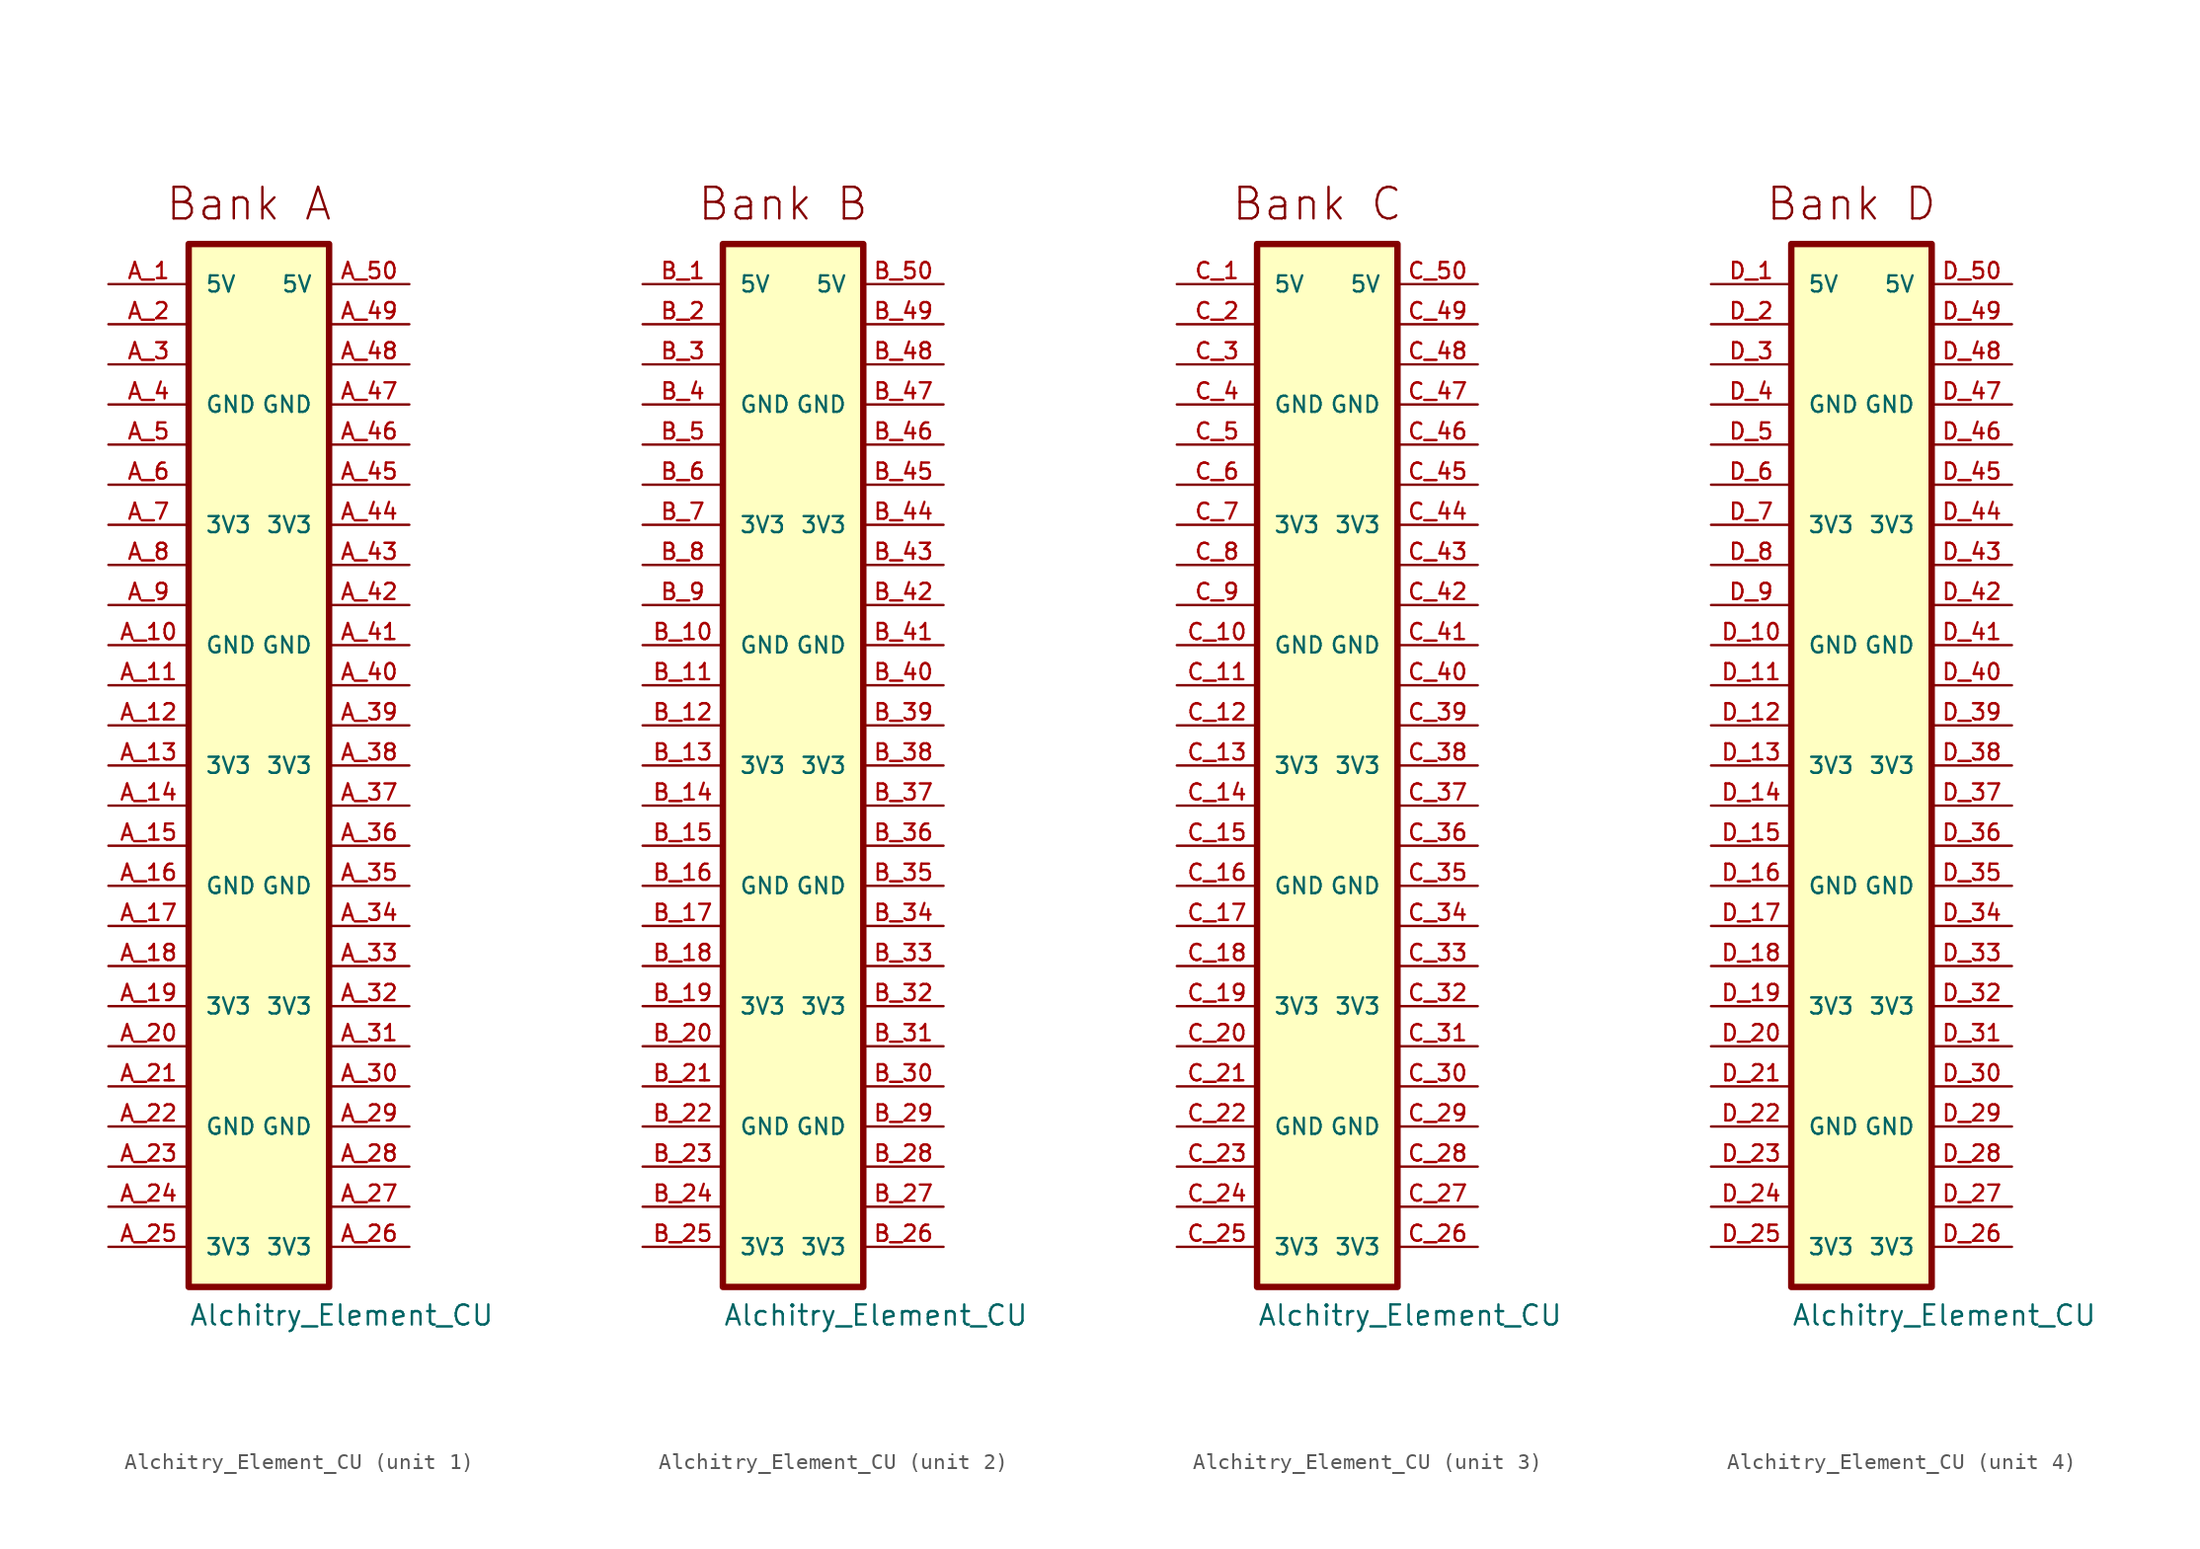
<source format=kicad_sym>
(kicad_symbol_lib
  (version 20220914)
  (generator kicad_symbol_editor)
  (symbol "Alchitry_Element_CU"
    (pin_names
      (offset 1.016))
    (property "Reference" "B"
      (at -3.81 31.242 0)
      (effects (font (size 1.27 1.27)) (justify left bottom) hide))
    (property "Value" "Alchitry_Element_CU"
      (at -3.81 -38.1 0)
      (effects (font (size 1.27 1.27)) (justify left bottom)))
    (symbol "Alchitry_Element_CU_1_0"
      (rectangle (start -3.81 30.48) (end 5.08 -35.56) (stroke (width 0.406) (type default)) (fill (type background)))
      (text "Bank A" (at 0 33.02 0) (effects (font (size 2 2))))
      (pin passive line (at -8.89 27.94 0) (length 5.08) (name "5V" (effects (font (size 1.016 1.016)))) (number "A_1" (effects (font (size 1.016 1.016)))))
      (pin passive line (at -8.89 5.08 0) (length 5.08) (name "GND" (effects (font (size 1.016 1.016)))) (number "A_10" (effects (font (size 1.016 1.016)))))
      (pin passive line (at -8.89 2.54 0) (length 5.08) (name "" (effects (font (size 1.016 1.016)))) (number "A_11" (effects (font (size 1.016 1.016)))))
      (pin passive line (at -8.89 0 0) (length 5.08) (name "" (effects (font (size 1.016 1.016)))) (number "A_12" (effects (font (size 1.016 1.016)))))
      (pin passive line (at -8.89 -2.54 0) (length 5.08) (name "3V3" (effects (font (size 1.016 1.016)))) (number "A_13" (effects (font (size 1.016 1.016)))))
      (pin passive line (at -8.89 -5.08 0) (length 5.08) (name "" (effects (font (size 1.016 1.016)))) (number "A_14" (effects (font (size 1.016 1.016)))))
      (pin passive line (at -8.89 -7.62 0) (length 5.08) (name "" (effects (font (size 1.016 1.016)))) (number "A_15" (effects (font (size 1.016 1.016)))))
      (pin passive line (at -8.89 -10.16 0) (length 5.08) (name "GND" (effects (font (size 1.016 1.016)))) (number "A_16" (effects (font (size 1.016 1.016)))))
      (pin passive line (at -8.89 -12.7 0) (length 5.08) (name "" (effects (font (size 1.016 1.016)))) (number "A_17" (effects (font (size 1.016 1.016)))))
      (pin passive line (at -8.89 -15.24 0) (length 5.08) (name "" (effects (font (size 1.016 1.016)))) (number "A_18" (effects (font (size 1.016 1.016)))))
      (pin passive line (at -8.89 -17.78 0) (length 5.08) (name "3V3" (effects (font (size 1.016 1.016)))) (number "A_19" (effects (font (size 1.016 1.016)))))
      (pin passive line (at -8.89 25.4 0) (length 5.08) (name "" (effects (font (size 1.016 1.016)))) (number "A_2" (effects (font (size 1.016 1.016)))))
      (pin passive line (at -8.89 -20.32 0) (length 5.08) (name "" (effects (font (size 1.016 1.016)))) (number "A_20" (effects (font (size 1.016 1.016)))))
      (pin passive line (at -8.89 -22.86 0) (length 5.08) (name "" (effects (font (size 1.016 1.016)))) (number "A_21" (effects (font (size 1.016 1.016)))))
      (pin passive line (at -8.89 -25.4 0) (length 5.08) (name "GND" (effects (font (size 1.016 1.016)))) (number "A_22" (effects (font (size 1.016 1.016)))))
      (pin passive line (at -8.89 -27.94 0) (length 5.08) (name "" (effects (font (size 1.016 1.016)))) (number "A_23" (effects (font (size 1.016 1.016)))))
      (pin passive line (at -8.89 -30.48 0) (length 5.08) (name "" (effects (font (size 1.016 1.016)))) (number "A_24" (effects (font (size 1.016 1.016)))))
      (pin passive line (at -8.89 -33.02 0) (length 5.08) (name "3V3" (effects (font (size 1.016 1.016)))) (number "A_25" (effects (font (size 1.016 1.016)))))
      (pin passive line (at 10.16 -33.02 180) (length 5.08) (name "3V3" (effects (font (size 1.016 1.016)))) (number "A_26" (effects (font (size 1.016 1.016)))))
      (pin passive line (at 10.16 -30.48 180) (length 5.08) (name "" (effects (font (size 1.016 1.016)))) (number "A_27" (effects (font (size 1.016 1.016)))))
      (pin passive line (at 10.16 -27.94 180) (length 5.08) (name "" (effects (font (size 1.016 1.016)))) (number "A_28" (effects (font (size 1.016 1.016)))))
      (pin passive line (at 10.16 -25.4 180) (length 5.08) (name "GND" (effects (font (size 1.016 1.016)))) (number "A_29" (effects (font (size 1.016 1.016)))))
      (pin passive line (at -8.89 22.86 0) (length 5.08) (name "" (effects (font (size 1.016 1.016)))) (number "A_3" (effects (font (size 1.016 1.016)))))
      (pin passive line (at 10.16 -22.86 180) (length 5.08) (name "" (effects (font (size 1.016 1.016)))) (number "A_30" (effects (font (size 1.016 1.016)))))
      (pin passive line (at 10.16 -20.32 180) (length 5.08) (name "" (effects (font (size 1.016 1.016)))) (number "A_31" (effects (font (size 1.016 1.016)))))
      (pin passive line (at 10.16 -17.78 180) (length 5.08) (name "3V3" (effects (font (size 1.016 1.016)))) (number "A_32" (effects (font (size 1.016 1.016)))))
      (pin passive line (at 10.16 -15.24 180) (length 5.08) (name "" (effects (font (size 1.016 1.016)))) (number "A_33" (effects (font (size 1.016 1.016)))))
      (pin passive line (at 10.16 -12.7 180) (length 5.08) (name "" (effects (font (size 1.016 1.016)))) (number "A_34" (effects (font (size 1.016 1.016)))))
      (pin passive line (at 10.16 -10.16 180) (length 5.08) (name "GND" (effects (font (size 1.016 1.016)))) (number "A_35" (effects (font (size 1.016 1.016)))))
      (pin passive line (at 10.16 -7.62 180) (length 5.08) (name "" (effects (font (size 1.016 1.016)))) (number "A_36" (effects (font (size 1.016 1.016)))))
      (pin passive line (at 10.16 -5.08 180) (length 5.08) (name "" (effects (font (size 1.016 1.016)))) (number "A_37" (effects (font (size 1.016 1.016)))))
      (pin passive line (at 10.16 -2.54 180) (length 5.08) (name "3V3" (effects (font (size 1.016 1.016)))) (number "A_38" (effects (font (size 1.016 1.016)))))
      (pin passive line (at 10.16 0 180) (length 5.08) (name "" (effects (font (size 1.016 1.016)))) (number "A_39" (effects (font (size 1.016 1.016)))))
      (pin passive line (at -8.89 20.32 0) (length 5.08) (name "GND" (effects (font (size 1.016 1.016)))) (number "A_4" (effects (font (size 1.016 1.016)))))
      (pin passive line (at 10.16 2.54 180) (length 5.08) (name "" (effects (font (size 1.016 1.016)))) (number "A_40" (effects (font (size 1.016 1.016)))))
      (pin passive line (at 10.16 5.08 180) (length 5.08) (name "GND" (effects (font (size 1.016 1.016)))) (number "A_41" (effects (font (size 1.016 1.016)))))
      (pin passive line (at 10.16 7.62 180) (length 5.08) (name "" (effects (font (size 1.016 1.016)))) (number "A_42" (effects (font (size 1.016 1.016)))))
      (pin passive line (at 10.16 10.16 180) (length 5.08) (name "" (effects (font (size 1.016 1.016)))) (number "A_43" (effects (font (size 1.016 1.016)))))
      (pin passive line (at 10.16 12.7 180) (length 5.08) (name "3V3" (effects (font (size 1.016 1.016)))) (number "A_44" (effects (font (size 1.016 1.016)))))
      (pin passive line (at 10.16 15.24 180) (length 5.08) (name "" (effects (font (size 1.016 1.016)))) (number "A_45" (effects (font (size 1.016 1.016)))))
      (pin passive line (at 10.16 17.78 180) (length 5.08) (name "" (effects (font (size 1.016 1.016)))) (number "A_46" (effects (font (size 1.016 1.016)))))
      (pin passive line (at 10.16 20.32 180) (length 5.08) (name "GND" (effects (font (size 1.016 1.016)))) (number "A_47" (effects (font (size 1.016 1.016)))))
      (pin passive line (at 10.16 22.86 180) (length 5.08) (name "" (effects (font (size 1.016 1.016)))) (number "A_48" (effects (font (size 1.016 1.016)))))
      (pin passive line (at 10.16 25.4 180) (length 5.08) (name "" (effects (font (size 1.016 1.016)))) (number "A_49" (effects (font (size 1.016 1.016)))))
      (pin passive line (at -8.89 17.78 0) (length 5.08) (name "" (effects (font (size 1.016 1.016)))) (number "A_5" (effects (font (size 1.016 1.016)))))
      (pin passive line (at 10.16 27.94 180) (length 5.08) (name "5V" (effects (font (size 1.016 1.016)))) (number "A_50" (effects (font (size 1.016 1.016)))))
      (pin passive line (at -8.89 15.24 0) (length 5.08) (name "" (effects (font (size 1.016 1.016)))) (number "A_6" (effects (font (size 1.016 1.016)))))
      (pin passive line (at -8.89 12.7 0) (length 5.08) (name "3V3" (effects (font (size 1.016 1.016)))) (number "A_7" (effects (font (size 1.016 1.016)))))
      (pin passive line (at -8.89 10.16 0) (length 5.08) (name "" (effects (font (size 1.016 1.016)))) (number "A_8" (effects (font (size 1.016 1.016)))))
      (pin passive line (at -8.89 7.62 0) (length 5.08) (name "" (effects (font (size 1.016 1.016)))) (number "A_9" (effects (font (size 1.016 1.016))))))
    (symbol "Alchitry_Element_CU_2_0"
      (rectangle (start -3.81 30.48) (end 5.08 -35.56) (stroke (width 0.406) (type default)) (fill (type background)))
      (text "Bank B" (at 0 33.02 0) (effects (font (size 2 2))))
      (pin passive line (at -8.89 27.94 0) (length 5.08) (name "5V" (effects (font (size 1.016 1.016)))) (number "B_1" (effects (font (size 1.016 1.016)))))
      (pin passive line (at -8.89 5.08 0) (length 5.08) (name "GND" (effects (font (size 1.016 1.016)))) (number "B_10" (effects (font (size 1.016 1.016)))))
      (pin passive line (at -8.89 2.54 0) (length 5.08) (name "~" (effects (font (size 1.016 1.016)))) (number "B_11" (effects (font (size 1.016 1.016)))))
      (pin passive line (at -8.89 0 0) (length 5.08) (name "~" (effects (font (size 1.016 1.016)))) (number "B_12" (effects (font (size 1.016 1.016)))))
      (pin passive line (at -8.89 -2.54 0) (length 5.08) (name "3V3" (effects (font (size 1.016 1.016)))) (number "B_13" (effects (font (size 1.016 1.016)))))
      (pin passive line (at -8.89 -5.08 0) (length 5.08) (name "~" (effects (font (size 1.016 1.016)))) (number "B_14" (effects (font (size 1.016 1.016)))))
      (pin passive line (at -8.89 -7.62 0) (length 5.08) (name "~" (effects (font (size 1.016 1.016)))) (number "B_15" (effects (font (size 1.016 1.016)))))
      (pin passive line (at -8.89 -10.16 0) (length 5.08) (name "GND" (effects (font (size 1.016 1.016)))) (number "B_16" (effects (font (size 1.016 1.016)))))
      (pin passive line (at -8.89 -12.7 0) (length 5.08) (name "~" (effects (font (size 1.016 1.016)))) (number "B_17" (effects (font (size 1.016 1.016)))))
      (pin passive line (at -8.89 -15.24 0) (length 5.08) (name "~" (effects (font (size 1.016 1.016)))) (number "B_18" (effects (font (size 1.016 1.016)))))
      (pin passive line (at -8.89 -17.78 0) (length 5.08) (name "3V3" (effects (font (size 1.016 1.016)))) (number "B_19" (effects (font (size 1.016 1.016)))))
      (pin passive line (at -8.89 25.4 0) (length 5.08) (name "~" (effects (font (size 1.016 1.016)))) (number "B_2" (effects (font (size 1.016 1.016)))))
      (pin passive line (at -8.89 -20.32 0) (length 5.08) (name "~" (effects (font (size 1.016 1.016)))) (number "B_20" (effects (font (size 1.016 1.016)))))
      (pin passive line (at -8.89 -22.86 0) (length 5.08) (name "~" (effects (font (size 1.016 1.016)))) (number "B_21" (effects (font (size 1.016 1.016)))))
      (pin passive line (at -8.89 -25.4 0) (length 5.08) (name "GND" (effects (font (size 1.016 1.016)))) (number "B_22" (effects (font (size 1.016 1.016)))))
      (pin passive line (at -8.89 -27.94 0) (length 5.08) (name "~" (effects (font (size 1.016 1.016)))) (number "B_23" (effects (font (size 1.016 1.016)))))
      (pin passive line (at -8.89 -30.48 0) (length 5.08) (name "~" (effects (font (size 1.016 1.016)))) (number "B_24" (effects (font (size 1.016 1.016)))))
      (pin passive line (at -8.89 -33.02 0) (length 5.08) (name "3V3" (effects (font (size 1.016 1.016)))) (number "B_25" (effects (font (size 1.016 1.016)))))
      (pin passive line (at 10.16 -33.02 180) (length 5.08) (name "3V3" (effects (font (size 1.016 1.016)))) (number "B_26" (effects (font (size 1.016 1.016)))))
      (pin passive line (at 10.16 -30.48 180) (length 5.08) (name "~" (effects (font (size 1.016 1.016)))) (number "B_27" (effects (font (size 1.016 1.016)))))
      (pin passive line (at 10.16 -27.94 180) (length 5.08) (name "~" (effects (font (size 1.016 1.016)))) (number "B_28" (effects (font (size 1.016 1.016)))))
      (pin passive line (at 10.16 -25.4 180) (length 5.08) (name "GND" (effects (font (size 1.016 1.016)))) (number "B_29" (effects (font (size 1.016 1.016)))))
      (pin passive line (at -8.89 22.86 0) (length 5.08) (name "~" (effects (font (size 1.016 1.016)))) (number "B_3" (effects (font (size 1.016 1.016)))))
      (pin passive line (at 10.16 -22.86 180) (length 5.08) (name "~" (effects (font (size 1.016 1.016)))) (number "B_30" (effects (font (size 1.016 1.016)))))
      (pin passive line (at 10.16 -20.32 180) (length 5.08) (name "~" (effects (font (size 1.016 1.016)))) (number "B_31" (effects (font (size 1.016 1.016)))))
      (pin passive line (at 10.16 -17.78 180) (length 5.08) (name "3V3" (effects (font (size 1.016 1.016)))) (number "B_32" (effects (font (size 1.016 1.016)))))
      (pin passive line (at 10.16 -15.24 180) (length 5.08) (name "~" (effects (font (size 1.016 1.016)))) (number "B_33" (effects (font (size 1.016 1.016)))))
      (pin passive line (at 10.16 -12.7 180) (length 5.08) (name "~" (effects (font (size 1.016 1.016)))) (number "B_34" (effects (font (size 1.016 1.016)))))
      (pin passive line (at 10.16 -10.16 180) (length 5.08) (name "GND" (effects (font (size 1.016 1.016)))) (number "B_35" (effects (font (size 1.016 1.016)))))
      (pin passive line (at 10.16 -7.62 180) (length 5.08) (name "~" (effects (font (size 1.016 1.016)))) (number "B_36" (effects (font (size 1.016 1.016)))))
      (pin passive line (at 10.16 -5.08 180) (length 5.08) (name "~" (effects (font (size 1.016 1.016)))) (number "B_37" (effects (font (size 1.016 1.016)))))
      (pin passive line (at 10.16 -2.54 180) (length 5.08) (name "3V3" (effects (font (size 1.016 1.016)))) (number "B_38" (effects (font (size 1.016 1.016)))))
      (pin passive line (at 10.16 0 180) (length 5.08) (name "~" (effects (font (size 1.016 1.016)))) (number "B_39" (effects (font (size 1.016 1.016)))))
      (pin passive line (at -8.89 20.32 0) (length 5.08) (name "GND" (effects (font (size 1.016 1.016)))) (number "B_4" (effects (font (size 1.016 1.016)))))
      (pin passive line (at 10.16 2.54 180) (length 5.08) (name "~" (effects (font (size 1.016 1.016)))) (number "B_40" (effects (font (size 1.016 1.016)))))
      (pin passive line (at 10.16 5.08 180) (length 5.08) (name "GND" (effects (font (size 1.016 1.016)))) (number "B_41" (effects (font (size 1.016 1.016)))))
      (pin passive line (at 10.16 7.62 180) (length 5.08) (name "~" (effects (font (size 1.016 1.016)))) (number "B_42" (effects (font (size 1.016 1.016)))))
      (pin passive line (at 10.16 10.16 180) (length 5.08) (name "~" (effects (font (size 1.016 1.016)))) (number "B_43" (effects (font (size 1.016 1.016)))))
      (pin passive line (at 10.16 12.7 180) (length 5.08) (name "3V3" (effects (font (size 1.016 1.016)))) (number "B_44" (effects (font (size 1.016 1.016)))))
      (pin passive line (at 10.16 15.24 180) (length 5.08) (name "~" (effects (font (size 1.016 1.016)))) (number "B_45" (effects (font (size 1.016 1.016)))))
      (pin passive line (at 10.16 17.78 180) (length 5.08) (name "~" (effects (font (size 1.016 1.016)))) (number "B_46" (effects (font (size 1.016 1.016)))))
      (pin passive line (at 10.16 20.32 180) (length 5.08) (name "GND" (effects (font (size 1.016 1.016)))) (number "B_47" (effects (font (size 1.016 1.016)))))
      (pin passive line (at 10.16 22.86 180) (length 5.08) (name "~" (effects (font (size 1.016 1.016)))) (number "B_48" (effects (font (size 1.016 1.016)))))
      (pin passive line (at 10.16 25.4 180) (length 5.08) (name "~" (effects (font (size 1.016 1.016)))) (number "B_49" (effects (font (size 1.016 1.016)))))
      (pin passive line (at -8.89 17.78 0) (length 5.08) (name "~" (effects (font (size 1.016 1.016)))) (number "B_5" (effects (font (size 1.016 1.016)))))
      (pin passive line (at 10.16 27.94 180) (length 5.08) (name "5V" (effects (font (size 1.016 1.016)))) (number "B_50" (effects (font (size 1.016 1.016)))))
      (pin passive line (at -8.89 15.24 0) (length 5.08) (name "~" (effects (font (size 1.016 1.016)))) (number "B_6" (effects (font (size 1.016 1.016)))))
      (pin passive line (at -8.89 12.7 0) (length 5.08) (name "3V3" (effects (font (size 1.016 1.016)))) (number "B_7" (effects (font (size 1.016 1.016)))))
      (pin passive line (at -8.89 10.16 0) (length 5.08) (name "~" (effects (font (size 1.016 1.016)))) (number "B_8" (effects (font (size 1.016 1.016)))))
      (pin passive line (at -8.89 7.62 0) (length 5.08) (name "~" (effects (font (size 1.016 1.016)))) (number "B_9" (effects (font (size 1.016 1.016))))))
    (symbol "Alchitry_Element_CU_3_0"
      (rectangle (start -3.81 30.48) (end 5.08 -35.56) (stroke (width 0.406) (type default)) (fill (type background)))
      (text "Bank C" (at 0 33.02 0) (effects (font (size 2 2))))
      (pin passive line (at -8.89 27.94 0) (length 5.08) (name "5V" (effects (font (size 1.016 1.016)))) (number "C_1" (effects (font (size 1.016 1.016)))))
      (pin passive line (at -8.89 5.08 0) (length 5.08) (name "GND" (effects (font (size 1.016 1.016)))) (number "C_10" (effects (font (size 1.016 1.016)))))
      (pin passive line (at -8.89 2.54 0) (length 5.08) (name "~" (effects (font (size 1.016 1.016)))) (number "C_11" (effects (font (size 1.016 1.016)))))
      (pin passive line (at -8.89 0 0) (length 5.08) (name "~" (effects (font (size 1.016 1.016)))) (number "C_12" (effects (font (size 1.016 1.016)))))
      (pin passive line (at -8.89 -2.54 0) (length 5.08) (name "3V3" (effects (font (size 1.016 1.016)))) (number "C_13" (effects (font (size 1.016 1.016)))))
      (pin passive line (at -8.89 -5.08 0) (length 5.08) (name "~" (effects (font (size 1.016 1.016)))) (number "C_14" (effects (font (size 1.016 1.016)))))
      (pin passive line (at -8.89 -7.62 0) (length 5.08) (name "~" (effects (font (size 1.016 1.016)))) (number "C_15" (effects (font (size 1.016 1.016)))))
      (pin passive line (at -8.89 -10.16 0) (length 5.08) (name "GND" (effects (font (size 1.016 1.016)))) (number "C_16" (effects (font (size 1.016 1.016)))))
      (pin passive line (at -8.89 -12.7 0) (length 5.08) (name "~" (effects (font (size 1.016 1.016)))) (number "C_17" (effects (font (size 1.016 1.016)))))
      (pin passive line (at -8.89 -15.24 0) (length 5.08) (name "~" (effects (font (size 1.016 1.016)))) (number "C_18" (effects (font (size 1.016 1.016)))))
      (pin passive line (at -8.89 -17.78 0) (length 5.08) (name "3V3" (effects (font (size 1.016 1.016)))) (number "C_19" (effects (font (size 1.016 1.016)))))
      (pin passive line (at -8.89 25.4 0) (length 5.08) (name "~" (effects (font (size 1.016 1.016)))) (number "C_2" (effects (font (size 1.016 1.016)))))
      (pin passive line (at -8.89 -20.32 0) (length 5.08) (name "~" (effects (font (size 1.016 1.016)))) (number "C_20" (effects (font (size 1.016 1.016)))))
      (pin passive line (at -8.89 -22.86 0) (length 5.08) (name "~" (effects (font (size 1.016 1.016)))) (number "C_21" (effects (font (size 1.016 1.016)))))
      (pin passive line (at -8.89 -25.4 0) (length 5.08) (name "GND" (effects (font (size 1.016 1.016)))) (number "C_22" (effects (font (size 1.016 1.016)))))
      (pin passive line (at -8.89 -27.94 0) (length 5.08) (name "~" (effects (font (size 1.016 1.016)))) (number "C_23" (effects (font (size 1.016 1.016)))))
      (pin passive line (at -8.89 -30.48 0) (length 5.08) (name "~" (effects (font (size 1.016 1.016)))) (number "C_24" (effects (font (size 1.016 1.016)))))
      (pin passive line (at -8.89 -33.02 0) (length 5.08) (name "3V3" (effects (font (size 1.016 1.016)))) (number "C_25" (effects (font (size 1.016 1.016)))))
      (pin passive line (at 10.16 -33.02 180) (length 5.08) (name "3V3" (effects (font (size 1.016 1.016)))) (number "C_26" (effects (font (size 1.016 1.016)))))
      (pin passive line (at 10.16 -30.48 180) (length 5.08) (name "~" (effects (font (size 1.016 1.016)))) (number "C_27" (effects (font (size 1.016 1.016)))))
      (pin passive line (at 10.16 -27.94 180) (length 5.08) (name "~" (effects (font (size 1.016 1.016)))) (number "C_28" (effects (font (size 1.016 1.016)))))
      (pin passive line (at 10.16 -25.4 180) (length 5.08) (name "GND" (effects (font (size 1.016 1.016)))) (number "C_29" (effects (font (size 1.016 1.016)))))
      (pin passive line (at -8.89 22.86 0) (length 5.08) (name "~" (effects (font (size 1.016 1.016)))) (number "C_3" (effects (font (size 1.016 1.016)))))
      (pin passive line (at 10.16 -22.86 180) (length 5.08) (name "~" (effects (font (size 1.016 1.016)))) (number "C_30" (effects (font (size 1.016 1.016)))))
      (pin passive line (at 10.16 -20.32 180) (length 5.08) (name "~" (effects (font (size 1.016 1.016)))) (number "C_31" (effects (font (size 1.016 1.016)))))
      (pin passive line (at 10.16 -17.78 180) (length 5.08) (name "3V3" (effects (font (size 1.016 1.016)))) (number "C_32" (effects (font (size 1.016 1.016)))))
      (pin passive line (at 10.16 -15.24 180) (length 5.08) (name "~" (effects (font (size 1.016 1.016)))) (number "C_33" (effects (font (size 1.016 1.016)))))
      (pin passive line (at 10.16 -12.7 180) (length 5.08) (name "~" (effects (font (size 1.016 1.016)))) (number "C_34" (effects (font (size 1.016 1.016)))))
      (pin passive line (at 10.16 -10.16 180) (length 5.08) (name "GND" (effects (font (size 1.016 1.016)))) (number "C_35" (effects (font (size 1.016 1.016)))))
      (pin passive line (at 10.16 -7.62 180) (length 5.08) (name "~" (effects (font (size 1.016 1.016)))) (number "C_36" (effects (font (size 1.016 1.016)))))
      (pin passive line (at 10.16 -5.08 180) (length 5.08) (name "~" (effects (font (size 1.016 1.016)))) (number "C_37" (effects (font (size 1.016 1.016)))))
      (pin passive line (at 10.16 -2.54 180) (length 5.08) (name "3V3" (effects (font (size 1.016 1.016)))) (number "C_38" (effects (font (size 1.016 1.016)))))
      (pin passive line (at 10.16 0 180) (length 5.08) (name "~" (effects (font (size 1.016 1.016)))) (number "C_39" (effects (font (size 1.016 1.016)))))
      (pin passive line (at -8.89 20.32 0) (length 5.08) (name "GND" (effects (font (size 1.016 1.016)))) (number "C_4" (effects (font (size 1.016 1.016)))))
      (pin passive line (at 10.16 2.54 180) (length 5.08) (name "~" (effects (font (size 1.016 1.016)))) (number "C_40" (effects (font (size 1.016 1.016)))))
      (pin passive line (at 10.16 5.08 180) (length 5.08) (name "GND" (effects (font (size 1.016 1.016)))) (number "C_41" (effects (font (size 1.016 1.016)))))
      (pin passive line (at 10.16 7.62 180) (length 5.08) (name "~" (effects (font (size 1.016 1.016)))) (number "C_42" (effects (font (size 1.016 1.016)))))
      (pin passive line (at 10.16 10.16 180) (length 5.08) (name "~" (effects (font (size 1.016 1.016)))) (number "C_43" (effects (font (size 1.016 1.016)))))
      (pin passive line (at 10.16 12.7 180) (length 5.08) (name "3V3" (effects (font (size 1.016 1.016)))) (number "C_44" (effects (font (size 1.016 1.016)))))
      (pin passive line (at 10.16 15.24 180) (length 5.08) (name "~" (effects (font (size 1.016 1.016)))) (number "C_45" (effects (font (size 1.016 1.016)))))
      (pin passive line (at 10.16 17.78 180) (length 5.08) (name "~" (effects (font (size 1.016 1.016)))) (number "C_46" (effects (font (size 1.016 1.016)))))
      (pin passive line (at 10.16 20.32 180) (length 5.08) (name "GND" (effects (font (size 1.016 1.016)))) (number "C_47" (effects (font (size 1.016 1.016)))))
      (pin passive line (at 10.16 22.86 180) (length 5.08) (name "~" (effects (font (size 1.016 1.016)))) (number "C_48" (effects (font (size 1.016 1.016)))))
      (pin passive line (at 10.16 25.4 180) (length 5.08) (name "~" (effects (font (size 1.016 1.016)))) (number "C_49" (effects (font (size 1.016 1.016)))))
      (pin passive line (at -8.89 17.78 0) (length 5.08) (name "~" (effects (font (size 1.016 1.016)))) (number "C_5" (effects (font (size 1.016 1.016)))))
      (pin passive line (at 10.16 27.94 180) (length 5.08) (name "5V" (effects (font (size 1.016 1.016)))) (number "C_50" (effects (font (size 1.016 1.016)))))
      (pin passive line (at -8.89 15.24 0) (length 5.08) (name "~" (effects (font (size 1.016 1.016)))) (number "C_6" (effects (font (size 1.016 1.016)))))
      (pin passive line (at -8.89 12.7 0) (length 5.08) (name "3V3" (effects (font (size 1.016 1.016)))) (number "C_7" (effects (font (size 1.016 1.016)))))
      (pin passive line (at -8.89 10.16 0) (length 5.08) (name "~" (effects (font (size 1.016 1.016)))) (number "C_8" (effects (font (size 1.016 1.016)))))
      (pin passive line (at -8.89 7.62 0) (length 5.08) (name "~" (effects (font (size 1.016 1.016)))) (number "C_9" (effects (font (size 1.016 1.016))))))
    (symbol "Alchitry_Element_CU_4_0"
      (rectangle (start -3.81 30.48) (end 5.08 -35.56) (stroke (width 0.406) (type default)) (fill (type background)))
      (text "Bank D" (at 0 33.02 0) (effects (font (size 2 2))))
      (pin passive line (at -8.89 27.94 0) (length 5.08) (name "5V" (effects (font (size 1.016 1.016)))) (number "D_1" (effects (font (size 1.016 1.016)))))
      (pin passive line (at -8.89 5.08 0) (length 5.08) (name "GND" (effects (font (size 1.016 1.016)))) (number "D_10" (effects (font (size 1.016 1.016)))))
      (pin passive line (at -8.89 2.54 0) (length 5.08) (name "~" (effects (font (size 1.016 1.016)))) (number "D_11" (effects (font (size 1.016 1.016)))))
      (pin passive line (at -8.89 0 0) (length 5.08) (name "~" (effects (font (size 1.016 1.016)))) (number "D_12" (effects (font (size 1.016 1.016)))))
      (pin passive line (at -8.89 -2.54 0) (length 5.08) (name "3V3" (effects (font (size 1.016 1.016)))) (number "D_13" (effects (font (size 1.016 1.016)))))
      (pin passive line (at -8.89 -5.08 0) (length 5.08) (name "~" (effects (font (size 1.016 1.016)))) (number "D_14" (effects (font (size 1.016 1.016)))))
      (pin passive line (at -8.89 -7.62 0) (length 5.08) (name "~" (effects (font (size 1.016 1.016)))) (number "D_15" (effects (font (size 1.016 1.016)))))
      (pin passive line (at -8.89 -10.16 0) (length 5.08) (name "GND" (effects (font (size 1.016 1.016)))) (number "D_16" (effects (font (size 1.016 1.016)))))
      (pin passive line (at -8.89 -12.7 0) (length 5.08) (name "~" (effects (font (size 1.016 1.016)))) (number "D_17" (effects (font (size 1.016 1.016)))))
      (pin passive line (at -8.89 -15.24 0) (length 5.08) (name "~" (effects (font (size 1.016 1.016)))) (number "D_18" (effects (font (size 1.016 1.016)))))
      (pin passive line (at -8.89 -17.78 0) (length 5.08) (name "3V3" (effects (font (size 1.016 1.016)))) (number "D_19" (effects (font (size 1.016 1.016)))))
      (pin passive line (at -8.89 25.4 0) (length 5.08) (name "~" (effects (font (size 1.016 1.016)))) (number "D_2" (effects (font (size 1.016 1.016)))))
      (pin passive line (at -8.89 -20.32 0) (length 5.08) (name "~" (effects (font (size 1.016 1.016)))) (number "D_20" (effects (font (size 1.016 1.016)))))
      (pin passive line (at -8.89 -22.86 0) (length 5.08) (name "~" (effects (font (size 1.016 1.016)))) (number "D_21" (effects (font (size 1.016 1.016)))))
      (pin passive line (at -8.89 -25.4 0) (length 5.08) (name "GND" (effects (font (size 1.016 1.016)))) (number "D_22" (effects (font (size 1.016 1.016)))))
      (pin passive line (at -8.89 -27.94 0) (length 5.08) (name "~" (effects (font (size 1.016 1.016)))) (number "D_23" (effects (font (size 1.016 1.016)))))
      (pin passive line (at -8.89 -30.48 0) (length 5.08) (name "~" (effects (font (size 1.016 1.016)))) (number "D_24" (effects (font (size 1.016 1.016)))))
      (pin passive line (at -8.89 -33.02 0) (length 5.08) (name "3V3" (effects (font (size 1.016 1.016)))) (number "D_25" (effects (font (size 1.016 1.016)))))
      (pin passive line (at 10.16 -33.02 180) (length 5.08) (name "3V3" (effects (font (size 1.016 1.016)))) (number "D_26" (effects (font (size 1.016 1.016)))))
      (pin passive line (at 10.16 -30.48 180) (length 5.08) (name "~" (effects (font (size 1.016 1.016)))) (number "D_27" (effects (font (size 1.016 1.016)))))
      (pin passive line (at 10.16 -27.94 180) (length 5.08) (name "~" (effects (font (size 1.016 1.016)))) (number "D_28" (effects (font (size 1.016 1.016)))))
      (pin passive line (at 10.16 -25.4 180) (length 5.08) (name "GND" (effects (font (size 1.016 1.016)))) (number "D_29" (effects (font (size 1.016 1.016)))))
      (pin passive line (at -8.89 22.86 0) (length 5.08) (name "~" (effects (font (size 1.016 1.016)))) (number "D_3" (effects (font (size 1.016 1.016)))))
      (pin passive line (at 10.16 -22.86 180) (length 5.08) (name "~" (effects (font (size 1.016 1.016)))) (number "D_30" (effects (font (size 1.016 1.016)))))
      (pin passive line (at 10.16 -20.32 180) (length 5.08) (name "~" (effects (font (size 1.016 1.016)))) (number "D_31" (effects (font (size 1.016 1.016)))))
      (pin passive line (at 10.16 -17.78 180) (length 5.08) (name "3V3" (effects (font (size 1.016 1.016)))) (number "D_32" (effects (font (size 1.016 1.016)))))
      (pin passive line (at 10.16 -15.24 180) (length 5.08) (name "~" (effects (font (size 1.016 1.016)))) (number "D_33" (effects (font (size 1.016 1.016)))))
      (pin passive line (at 10.16 -12.7 180) (length 5.08) (name "~" (effects (font (size 1.016 1.016)))) (number "D_34" (effects (font (size 1.016 1.016)))))
      (pin passive line (at 10.16 -10.16 180) (length 5.08) (name "GND" (effects (font (size 1.016 1.016)))) (number "D_35" (effects (font (size 1.016 1.016)))))
      (pin passive line (at 10.16 -7.62 180) (length 5.08) (name "~" (effects (font (size 1.016 1.016)))) (number "D_36" (effects (font (size 1.016 1.016)))))
      (pin passive line (at 10.16 -5.08 180) (length 5.08) (name "~" (effects (font (size 1.016 1.016)))) (number "D_37" (effects (font (size 1.016 1.016)))))
      (pin passive line (at 10.16 -2.54 180) (length 5.08) (name "3V3" (effects (font (size 1.016 1.016)))) (number "D_38" (effects (font (size 1.016 1.016)))))
      (pin passive line (at 10.16 0 180) (length 5.08) (name "~" (effects (font (size 1.016 1.016)))) (number "D_39" (effects (font (size 1.016 1.016)))))
      (pin passive line (at -8.89 20.32 0) (length 5.08) (name "GND" (effects (font (size 1.016 1.016)))) (number "D_4" (effects (font (size 1.016 1.016)))))
      (pin passive line (at 10.16 2.54 180) (length 5.08) (name "~" (effects (font (size 1.016 1.016)))) (number "D_40" (effects (font (size 1.016 1.016)))))
      (pin passive line (at 10.16 5.08 180) (length 5.08) (name "GND" (effects (font (size 1.016 1.016)))) (number "D_41" (effects (font (size 1.016 1.016)))))
      (pin passive line (at 10.16 7.62 180) (length 5.08) (name "~" (effects (font (size 1.016 1.016)))) (number "D_42" (effects (font (size 1.016 1.016)))))
      (pin passive line (at 10.16 10.16 180) (length 5.08) (name "~" (effects (font (size 1.016 1.016)))) (number "D_43" (effects (font (size 1.016 1.016)))))
      (pin passive line (at 10.16 12.7 180) (length 5.08) (name "3V3" (effects (font (size 1.016 1.016)))) (number "D_44" (effects (font (size 1.016 1.016)))))
      (pin passive line (at 10.16 15.24 180) (length 5.08) (name "~" (effects (font (size 1.016 1.016)))) (number "D_45" (effects (font (size 1.016 1.016)))))
      (pin passive line (at 10.16 17.78 180) (length 5.08) (name "~" (effects (font (size 1.016 1.016)))) (number "D_46" (effects (font (size 1.016 1.016)))))
      (pin passive line (at 10.16 20.32 180) (length 5.08) (name "GND" (effects (font (size 1.016 1.016)))) (number "D_47" (effects (font (size 1.016 1.016)))))
      (pin passive line (at 10.16 22.86 180) (length 5.08) (name "~" (effects (font (size 1.016 1.016)))) (number "D_48" (effects (font (size 1.016 1.016)))))
      (pin passive line (at 10.16 25.4 180) (length 5.08) (name "~" (effects (font (size 1.016 1.016)))) (number "D_49" (effects (font (size 1.016 1.016)))))
      (pin passive line (at -8.89 17.78 0) (length 5.08) (name "~" (effects (font (size 1.016 1.016)))) (number "D_5" (effects (font (size 1.016 1.016)))))
      (pin passive line (at 10.16 27.94 180) (length 5.08) (name "5V" (effects (font (size 1.016 1.016)))) (number "D_50" (effects (font (size 1.016 1.016)))))
      (pin passive line (at -8.89 15.24 0) (length 5.08) (name "~" (effects (font (size 1.016 1.016)))) (number "D_6" (effects (font (size 1.016 1.016)))))
      (pin passive line (at -8.89 12.7 0) (length 5.08) (name "3V3" (effects (font (size 1.016 1.016)))) (number "D_7" (effects (font (size 1.016 1.016)))))
      (pin passive line (at -8.89 10.16 0) (length 5.08) (name "~" (effects (font (size 1.016 1.016)))) (number "D_8" (effects (font (size 1.016 1.016)))))
      (pin passive line (at -8.89 7.62 0) (length 5.08) (name "~" (effects (font (size 1.016 1.016)))) (number "D_9" (effects (font (size 1.016 1.016))))))))
</source>
